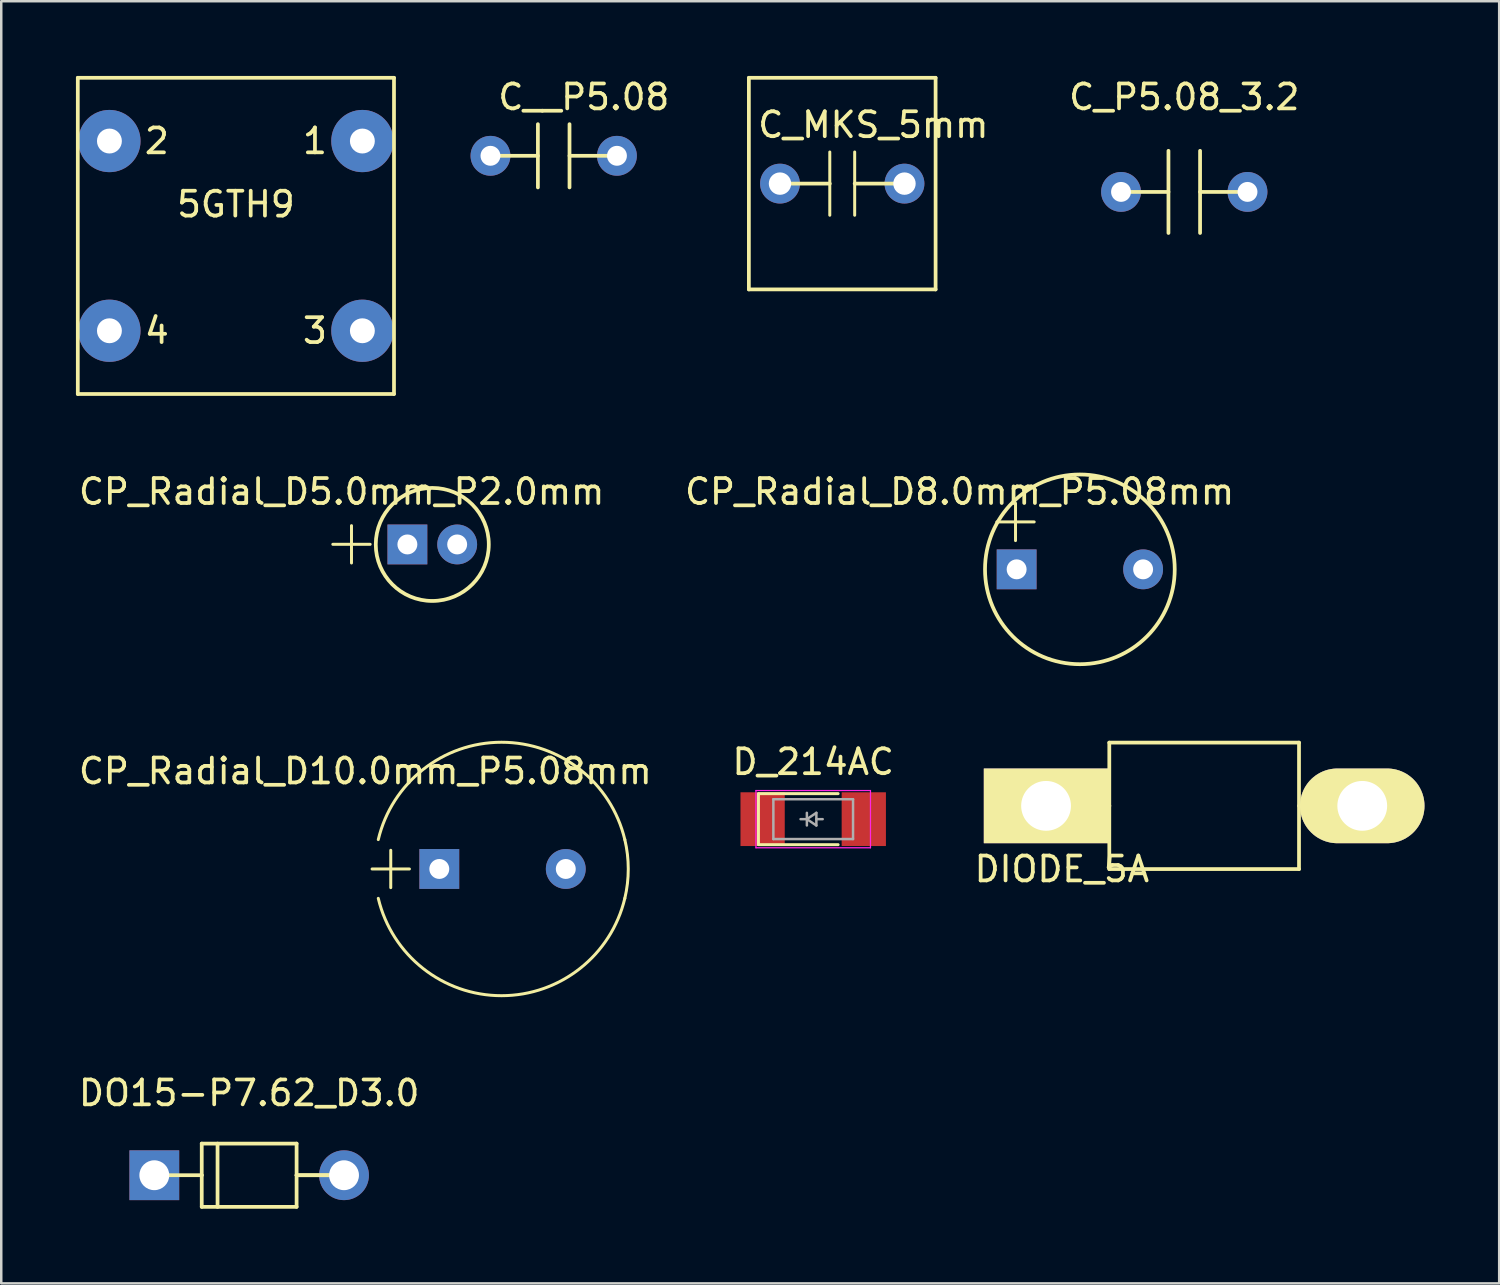
<source format=kicad_pcb>
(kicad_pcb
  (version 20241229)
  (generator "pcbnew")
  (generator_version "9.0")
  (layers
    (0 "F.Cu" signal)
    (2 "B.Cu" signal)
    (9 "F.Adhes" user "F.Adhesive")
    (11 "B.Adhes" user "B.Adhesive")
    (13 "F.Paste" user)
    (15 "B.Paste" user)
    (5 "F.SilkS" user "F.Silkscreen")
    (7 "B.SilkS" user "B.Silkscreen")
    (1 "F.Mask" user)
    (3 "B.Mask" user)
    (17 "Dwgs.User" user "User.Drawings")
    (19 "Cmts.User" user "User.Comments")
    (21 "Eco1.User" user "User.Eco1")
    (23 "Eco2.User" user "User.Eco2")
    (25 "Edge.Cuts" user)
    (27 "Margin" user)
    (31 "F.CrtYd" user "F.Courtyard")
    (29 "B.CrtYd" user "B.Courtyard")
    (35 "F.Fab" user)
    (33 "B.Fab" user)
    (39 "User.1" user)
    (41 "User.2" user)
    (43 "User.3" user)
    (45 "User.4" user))
  (footprint "CP_Radial_D10.0mm_P5.08mm"
    (layer "F.Cu")
    (at 14.595 31.853)
    (property "Reference" "CP_Radial_D10.0mm_P5.08mm" (at -2.97 -3.93 0) (layer "F.SilkS") (effects (font (size 1 1) (thickness 0.15))))
    (attr through_hole)
    (fp_line (start -2.7 0) (end -1.2 0) (stroke (width 0.12) (type solid)) (layer "F.SilkS"))
    (fp_line (start -1.95 -0.75) (end -1.95 0.75) (stroke (width 0.12) (type solid)) (layer "F.SilkS"))
    (fp_arc (start -2.451333 -1.18) (mid 2.500414 -5.09) (end 7.451525 -1.179194) (stroke (width 0.12) (type solid)) (layer "F.SilkS"))
    (fp_arc (start 7.451333 -1.18) (mid 7.59 -0.000414) (end 7.451525 1.179194) (stroke (width 0.12) (type solid)) (layer "F.SilkS"))
    (fp_arc (start 7.451525 1.179194) (mid 2.500414 5.09) (end -2.451333 1.18) (stroke (width 0.12) (type solid)) (layer "F.SilkS"))
    (pad "1" thru_hole rect (at 0 0) (size 1.6 1.6) (drill 0.8) (layers "*.Cu" "*.Mask"))
    (pad "2" thru_hole circle (at 5.08 0) (size 1.6 1.6) (drill 0.8) (layers "*.Cu" "*.Mask")))
  (footprint "5GTH9"
    (layer "F.Cu")
    (at 6.425 6.425)
    (property "Reference" "5GTH9" (at 0 -1.27 0) (layer "F.SilkS") (effects (font (size 1 1) (thickness 0.15))))
    (attr through_hole)
    (fp_line (start -6.35 -6.35) (end 6.35 -6.35) (stroke (width 0.15) (type solid)) (layer "F.SilkS"))
    (fp_line (start -6.35 6.35) (end -6.35 -6.35) (stroke (width 0.15) (type solid)) (layer "F.SilkS"))
    (fp_line (start 6.35 -6.35) (end 6.35 6.35) (stroke (width 0.15) (type solid)) (layer "F.SilkS"))
    (fp_line (start 6.35 6.35) (end -6.35 6.35) (stroke (width 0.15) (type solid)) (layer "F.SilkS"))
    (fp_text user "4" (at -3.175 3.81 0) (layer "F.SilkS") (effects (font (size 1 1) (thickness 0.15))))
    (fp_text user "2" (at -3.175 -3.81 0) (layer "F.SilkS") (effects (font (size 1 1) (thickness 0.15))))
    (fp_text user "3" (at 3.175 3.81 0) (layer "F.SilkS") (effects (font (size 1 1) (thickness 0.15))))
    (fp_text user "1" (at 3.175 -3.81 0) (layer "F.SilkS") (effects (font (size 1 1) (thickness 0.15))))
    (pad "1" thru_hole circle (at 5.08 -3.81) (size 2.5 2.5) (drill 1) (layers "*.Cu" "*.Mask"))
    (pad "2" thru_hole circle (at -5.08 -3.81) (size 2.5 2.5) (drill 1) (layers "*.Cu" "*.Mask"))
    (pad "3" thru_hole circle (at 5.08 3.81) (size 2.5 2.5) (drill 1) (layers "*.Cu" "*.Mask"))
    (pad "4" thru_hole circle (at -5.08 3.81) (size 2.5 2.5) (drill 1) (layers "*.Cu" "*.Mask")))
  (footprint "C_MKS_5mm"
    (layer "F.Cu")
    (at 28.279 4.325)
    (property "Reference" "C_MKS_5mm" (at 3.75 -2.36 0) (layer "F.SilkS") (effects (font (size 1 1) (thickness 0.15))))
    (attr through_hole)
    (fp_line (start -1.25 -4.25) (end 6.25 -4.25) (stroke (width 0.15) (type solid)) (layer "F.SilkS"))
    (fp_line (start -1.25 4.25) (end -1.25 -4.25) (stroke (width 0.15) (type solid)) (layer "F.SilkS"))
    (fp_line (start 2 -1.27) (end 2 1.27) (stroke (width 0.12) (type solid)) (layer "F.SilkS"))
    (fp_line (start 2 0) (end 0 0) (stroke (width 0.15) (type solid)) (layer "F.SilkS"))
    (fp_line (start 3 -1.27) (end 3 1.27) (stroke (width 0.12) (type solid)) (layer "F.SilkS"))
    (fp_line (start 3 0) (end 5 0) (stroke (width 0.15) (type solid)) (layer "F.SilkS"))
    (fp_line (start 6.25 -4.25) (end 6.25 4.25) (stroke (width 0.15) (type solid)) (layer "F.SilkS"))
    (fp_line (start 6.25 4.25) (end -1.25 4.25) (stroke (width 0.15) (type solid)) (layer "F.SilkS"))
    (pad "1" thru_hole circle (at 0 0) (size 1.6 1.6) (drill 0.9) (layers "*.Cu" "*.Mask"))
    (pad "2" thru_hole oval (at 5 0) (size 1.6 1.6) (drill 0.9) (layers "*.Cu" "*.Mask")))
  (footprint "DO15-P7.62_D3.0"
    (layer "F.Cu")
    (at 3.148 44.154)
    (property "Reference" "DO15-P7.62_D3.0" (at 3.81 -3.302 0) (layer "F.SilkS") (effects (font (size 1 1) (thickness 0.15))))
    (attr through_hole)
    (fp_line (start 0 0) (end 1.905 0) (stroke (width 0.15) (type solid)) (layer "F.SilkS"))
    (fp_line (start 1.905 -1.27) (end 5.715 -1.27) (stroke (width 0.15) (type solid)) (layer "F.SilkS"))
    (fp_line (start 1.905 0) (end 1.905 -1.27) (stroke (width 0.15) (type solid)) (layer "F.SilkS"))
    (fp_line (start 1.905 1.27) (end 1.905 0) (stroke (width 0.15) (type solid)) (layer "F.SilkS"))
    (fp_line (start 2.54 -1.27) (end 2.54 1.27) (stroke (width 0.15) (type solid)) (layer "F.SilkS"))
    (fp_line (start 5.715 -1.27) (end 5.715 0) (stroke (width 0.15) (type solid)) (layer "F.SilkS"))
    (fp_line (start 5.715 0) (end 5.715 1.27) (stroke (width 0.15) (type solid)) (layer "F.SilkS"))
    (fp_line (start 5.715 0) (end 7.62 0) (stroke (width 0.15) (type solid)) (layer "F.SilkS"))
    (fp_line (start 5.715 1.27) (end 1.905 1.27) (stroke (width 0.15) (type solid)) (layer "F.SilkS"))
    (fp_line (start 7.62 0) (end 5.715 0) (stroke (width 0.15) (type solid)) (layer "F.SilkS"))
    (pad "1" thru_hole rect (at 0 0) (size 2 2) (drill 1.2) (layers "*.Cu" "*.Mask"))
    (pad "2" thru_hole circle (at 7.62 0) (size 2 2) (drill 1.2) (layers "*.Cu" "*.Mask")))
  (footprint "DIODE_5A"
    (layer "F.Cu")
    (at 38.966 29.318)
    (property "Reference" "DIODE_5A" (at 0.635 2.54 0) (layer "F.SilkS") (effects (font (size 1 1) (thickness 0.15))))
    (attr through_hole)
    (fp_line (start 0 0) (end 2.54 0) (stroke (width 0.15) (type solid)) (layer "F.SilkS"))
    (fp_line (start 2.54 -2.54) (end 10.16 -2.54) (stroke (width 0.15) (type solid)) (layer "F.SilkS"))
    (fp_line (start 2.54 0) (end 2.54 -2.54) (stroke (width 0.15) (type solid)) (layer "F.SilkS"))
    (fp_line (start 2.54 2.54) (end 2.54 0) (stroke (width 0.15) (type solid)) (layer "F.SilkS"))
    (fp_line (start 10.16 -2.54) (end 10.16 2.54) (stroke (width 0.15) (type solid)) (layer "F.SilkS"))
    (fp_line (start 10.16 0) (end 12.7 0) (stroke (width 0.15) (type solid)) (layer "F.SilkS"))
    (fp_line (start 10.16 2.54) (end 2.54 2.54) (stroke (width 0.15) (type solid)) (layer "F.SilkS"))
    (pad "1" thru_hole rect (at 0 0) (size 5 3) (drill 2) (layers "*.Cu" "*.Mask" "F.SilkS"))
    (pad "2" thru_hole oval (at 12.7 0) (size 5 3) (drill 2) (layers "*.Cu" "*.Mask" "F.SilkS")))
  (footprint "CP_Radial_D8.0mm_P5.08mm"
    (layer "F.Cu")
    (at 37.784 19.818)
    (property "Reference" "CP_Radial_D8.0mm_P5.08mm" (at -2.29 -3.12 0) (layer "F.SilkS") (effects (font (size 1 1) (thickness 0.15))))
    (attr through_hole)
    (fp_line (start -0.795 -1.905) (end 0.705 -1.905) (stroke (width 0.12) (type solid)) (layer "F.SilkS"))
    (fp_line (start -0.045 -2.655) (end -0.045 -1.155) (stroke (width 0.12) (type solid)) (layer "F.SilkS"))
    (fp_circle (center 2.54 0) (end -1.27 0) (stroke (width 0.15) (type solid)) (fill no) (layer "F.SilkS"))
    (pad "1" thru_hole rect (at 0 0) (size 1.6 1.6) (drill 0.8) (layers "*.Cu" "*.Mask"))
    (pad "2" thru_hole circle (at 5.08 0) (size 1.6 1.6) (drill 0.8) (layers "*.Cu" "*.Mask")))
  (footprint "CP_Radial_D5.0mm_P2.0mm"
    (layer "F.Cu")
    (at 13.313 18.818)
    (property "Reference" "CP_Radial_D5.0mm_P2.0mm" (at -2.64 -2.12 0) (layer "F.SilkS") (effects (font (size 1 1) (thickness 0.15))))
    (attr through_hole)
    (fp_line (start -2.995 -0.005) (end -1.495 -0.005) (stroke (width 0.12) (type solid)) (layer "F.SilkS"))
    (fp_line (start -2.245 -0.755) (end -2.245 0.745) (stroke (width 0.12) (type solid)) (layer "F.SilkS"))
    (fp_circle (center 1 0) (end -1.27 0) (stroke (width 0.15) (type solid)) (fill no) (layer "F.SilkS"))
    (pad "1" thru_hole rect (at 0 0) (size 1.6 1.6) (drill 0.8) (layers "*.Cu" "*.Mask"))
    (pad "2" thru_hole circle (at 2 0) (size 1.6 1.6) (drill 0.8) (layers "*.Cu" "*.Mask")))
  (footprint "C_P5.08_3.2"
    (layer "F.Cu")
    (at 41.977 4.658)
    (property "Reference" "C_P5.08_3.2" (at 2.54 -3.81 0) (layer "F.SilkS") (effects (font (size 1 1) (thickness 0.15))))
    (attr through_hole)
    (fp_line (start 0 0) (end 1.905 0) (stroke (width 0.15) (type solid)) (layer "F.SilkS"))
    (fp_line (start 1.905 -1.65) (end 1.905 1.65) (stroke (width 0.15) (type solid)) (layer "F.SilkS"))
    (fp_line (start 3.175 -1.65) (end 3.175 1.65) (stroke (width 0.15) (type solid)) (layer "F.SilkS"))
    (fp_line (start 3.175 0) (end 5.08 0) (stroke (width 0.15) (type solid)) (layer "F.SilkS"))
    (pad "1" thru_hole circle (at 0 0) (size 1.6 1.6) (drill 0.8) (layers "*.Cu" "*.Mask"))
    (pad "2" thru_hole oval (at 5.08 0) (size 1.6 1.6) (drill 0.8) (layers "*.Cu" "*.Mask")))
  (footprint "D_214AC"
    (layer "F.Cu")
    (at 29.613 29.852)
    (property "Reference" "D_214AC" (at 0 -2.3 0) (layer "F.SilkS") (effects (font (size 1 1) (thickness 0.15))))
    (attr smd)
    (fp_line (start -2.2 -1.016) (end -2.2 1.016) (stroke (width 0.12) (type solid)) (layer "F.SilkS"))
    (fp_line (start -2.2 1.025) (end 1 1.025) (stroke (width 0.12) (type solid)) (layer "F.SilkS"))
    (fp_line (start 1 -1.025) (end -2.2 -1.025) (stroke (width 0.12) (type solid)) (layer "F.SilkS"))
    (fp_line (start -2.3 -1.15) (end -2.3 1.15) (stroke (width 0.05) (type solid)) (layer "F.CrtYd"))
    (fp_line (start -2.3 -1.15) (end 2.3 -1.15) (stroke (width 0.05) (type solid)) (layer "F.CrtYd"))
    (fp_line (start -2.3 1.15) (end 2.3 1.15) (stroke (width 0.05) (type solid)) (layer "F.CrtYd"))
    (fp_line (start 2.3 -1.15) (end 2.3 1.15) (stroke (width 0.05) (type solid)) (layer "F.CrtYd"))
    (fp_line (start -1.6 -0.8) (end 1.6 -0.8) (stroke (width 0.1) (type solid)) (layer "F.Fab"))
    (fp_line (start -1.6 0.8) (end -1.6 -0.8) (stroke (width 0.1) (type solid)) (layer "F.Fab"))
    (fp_line (start -0.254 -0.254) (end -0.254 0.254) (stroke (width 0.1) (type solid)) (layer "F.Fab"))
    (fp_line (start -0.254 0) (end -0.508 0) (stroke (width 0.1) (type solid)) (layer "F.Fab"))
    (fp_line (start -0.254 0) (end 0.127 -0.254) (stroke (width 0.1) (type solid)) (layer "F.Fab"))
    (fp_line (start 0.127 -0.254) (end 0.127 0.254) (stroke (width 0.1) (type solid)) (layer "F.Fab"))
    (fp_line (start 0.127 0) (end 0.381 0) (stroke (width 0.1) (type solid)) (layer "F.Fab"))
    (fp_line (start 0.127 0.254) (end -0.254 0) (stroke (width 0.1) (type solid)) (layer "F.Fab"))
    (fp_line (start 1.6 -0.8) (end 1.6 0.8) (stroke (width 0.1) (type solid)) (layer "F.Fab"))
    (fp_line (start 1.6 0.8) (end -1.6 0.8) (stroke (width 0.1) (type solid)) (layer "F.Fab"))
    (pad "1" smd rect (at -2.032 0) (size 1.778 2.159) (layers "F.Cu" "F.Mask" "F.Paste"))
    (pad "2" smd rect (at 2.032 0) (size 1.778 2.159) (layers "F.Cu" "F.Mask" "F.Paste")))
  (footprint "C__P5.08"
    (layer "F.Cu")
    (at 16.65 3.208)
    (property "Reference" "C__P5.08" (at 3.75 -2.36 0) (layer "F.SilkS") (effects (font (size 1 1) (thickness 0.15))))
    (attr through_hole)
    (fp_line (start 0 0) (end 1.905 0) (stroke (width 0.15) (type solid)) (layer "F.SilkS"))
    (fp_line (start 1.905 -1.27) (end 1.905 1.27) (stroke (width 0.15) (type solid)) (layer "F.SilkS"))
    (fp_line (start 3.175 -1.27) (end 3.175 1.27) (stroke (width 0.15) (type solid)) (layer "F.SilkS"))
    (fp_line (start 3.175 0) (end 5.08 0) (stroke (width 0.15) (type solid)) (layer "F.SilkS"))
    (pad "1" thru_hole circle (at 0 0) (size 1.6 1.6) (drill 0.8) (layers "*.Cu" "*.Mask"))
    (pad "2" thru_hole oval (at 5.08 0) (size 1.6 1.6) (drill 0.8) (layers "*.Cu" "*.Mask")))
  (gr_rect
    (start -3 -3)
    (end 57.166 48.498)
    (stroke (width 0.1) (type default))
    (fill no)
    (layer "Edge.Cuts")))
</source>
